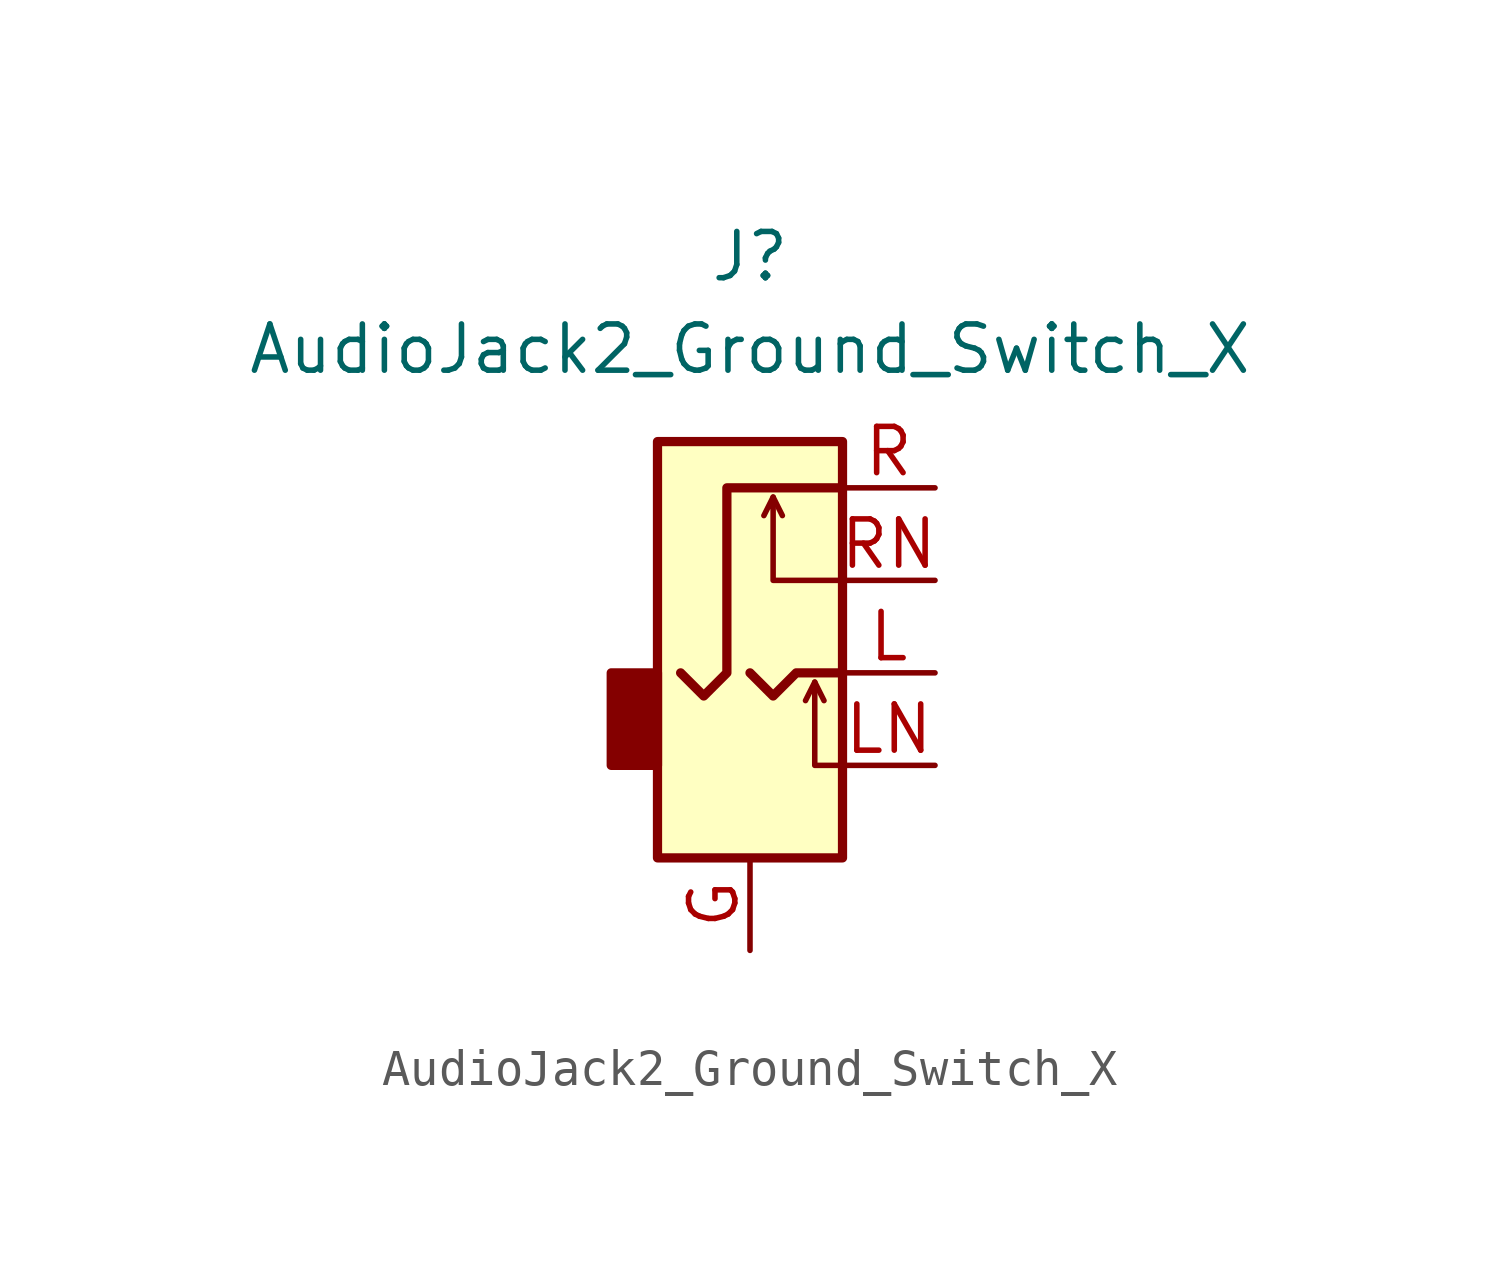
<source format=kicad_sym>
(kicad_symbol_lib
  (version 20211014)
  (generator kicad_symbol_editor)
  (symbol "AudioJack2_Ground_Switch_X"
    (property "Reference" "J"
      (at 0 11.43 0)
      (effects (font (size 1.27 1.27))))
    (property "Value" "AudioJack2_Ground_Switch_X"
      (at 0 8.89 0)
      (effects (font (size 1.27 1.27))))
    (symbol "AudioJack2_Ground_Switch_X_0_1"
      (rectangle (start -2.54 -2.54) (end -3.81 0) (stroke (width 0.254) (type default) (color 0 0 0 0)) (fill (type outline)))
      (rectangle (start 2.54 6.35) (end -2.54 -5.08) (stroke (width 0.254) (type default) (color 0 0 0 0)) (fill (type background))))
    (symbol "AudioJack2_Ground_Switch_X_1_1"
      (polyline (pts (xy 0.635 4.826) (xy 0.889 4.318)) (stroke (width 0) (type default) (color 0 0 0 0)) (fill (type none)))
      (polyline (pts (xy 1.778 -0.254) (xy 2.032 -0.762)) (stroke (width 0) (type default) (color 0 0 0 0)) (fill (type none)))
      (polyline (pts (xy 0 0) (xy 0.635 -0.635) (xy 1.27 0) (xy 2.54 0)) (stroke (width 0.254) (type default) (color 0 0 0 0)) (fill (type none)))
      (polyline (pts (xy 2.54 -2.54) (xy 1.778 -2.54) (xy 1.778 -0.254) (xy 1.524 -0.762)) (stroke (width 0) (type default) (color 0 0 0 0)) (fill (type none)))
      (polyline (pts (xy 2.54 2.54) (xy 0.635 2.54) (xy 0.635 4.826) (xy 0.381 4.318)) (stroke (width 0) (type default) (color 0 0 0 0)) (fill (type none)))
      (polyline (pts (xy 2.54 5.08) (xy -0.635 5.08) (xy -0.635 0) (xy -1.27 -0.635) (xy -1.905 0)) (stroke (width 0.254) (type default) (color 0 0 0 0)) (fill (type none)))
      (pin passive line (at 0 -7.62 90) (length 2.54) (name "~" (effects (font (size 1.27 1.27)))) (number "G" (effects (font (size 1.27 1.27)))))
      (pin passive line (at 5.08 0 180) (length 2.54) (name "~" (effects (font (size 1.27 1.27)))) (number "L" (effects (font (size 1.27 1.27)))))
      (pin passive line (at 5.08 -2.54 180) (length 2.54) (name "~" (effects (font (size 1.27 1.27)))) (number "LN" (effects (font (size 1.27 1.27)))))
      (pin passive line (at 5.08 5.08 180) (length 2.54) (name "~" (effects (font (size 1.27 1.27)))) (number "R" (effects (font (size 1.27 1.27)))))
      (pin passive line (at 5.08 2.54 180) (length 2.54) (name "~" (effects (font (size 1.27 1.27)))) (number "RN" (effects (font (size 1.27 1.27))))))))
</source>
